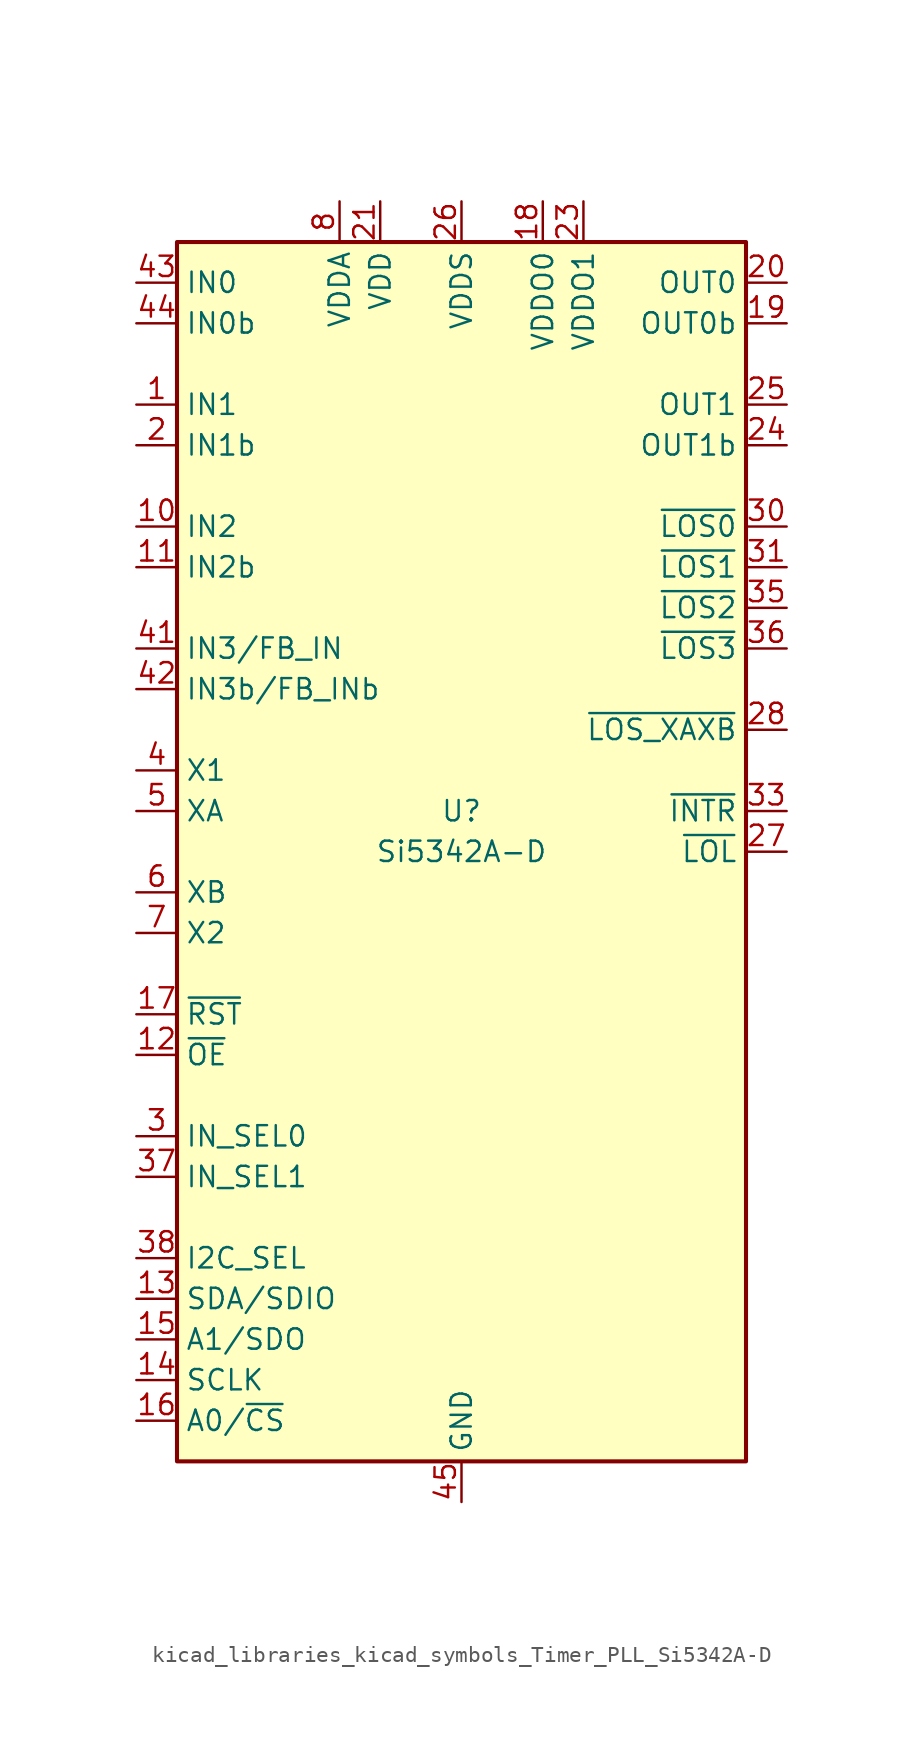
<source format=kicad_sym>
(kicad_symbol_lib
  (version 20220914)
  (generator kicad_symbol_editor)
  (symbol "kicad_libraries_kicad_symbols_Timer_PLL_Si5342A-D"
    (property "Reference" "U"
      (at 0 2.54 0)
      (effects (font (size 1.27 1.27))))
    (property "Value" "Si5342A-D"
      (at 0 0 0)
      (effects (font (size 1.27 1.27))))
    (symbol "kicad_libraries_kicad_symbols_Timer_PLL_Si5342A-D_0_1"
      (rectangle (start -17.78 38.1) (end 17.78 -38.1) (stroke (width 0.254) (type default)) (fill (type background))))
    (symbol "kicad_libraries_kicad_symbols_Timer_PLL_Si5342A-D_1_1"
      (pin input line (at -20.32 27.94 0) (length 2.54) (name "IN1" (effects (font (size 1.27 1.27)))) (number "1" (effects (font (size 1.27 1.27)))))
      (pin input line (at -20.32 20.32 0) (length 2.54) (name "IN2" (effects (font (size 1.27 1.27)))) (number "10" (effects (font (size 1.27 1.27)))))
      (pin input line (at -20.32 17.78 0) (length 2.54) (name "IN2b" (effects (font (size 1.27 1.27)))) (number "11" (effects (font (size 1.27 1.27)))))
      (pin input line (at -20.32 -12.7 0) (length 2.54) (name "~{OE}" (effects (font (size 1.27 1.27)))) (number "12" (effects (font (size 1.27 1.27)))))
      (pin bidirectional line (at -20.32 -27.94 0) (length 2.54) (name "SDA/SDIO" (effects (font (size 1.27 1.27)))) (number "13" (effects (font (size 1.27 1.27)))))
      (pin input line (at -20.32 -33.02 0) (length 2.54) (name "SCLK" (effects (font (size 1.27 1.27)))) (number "14" (effects (font (size 1.27 1.27)))))
      (pin bidirectional line (at -20.32 -30.48 0) (length 2.54) (name "A1/SDO" (effects (font (size 1.27 1.27)))) (number "15" (effects (font (size 1.27 1.27)))))
      (pin input line (at -20.32 -35.56 0) (length 2.54) (name "A0/~{CS}" (effects (font (size 1.27 1.27)))) (number "16" (effects (font (size 1.27 1.27)))))
      (pin input line (at -20.32 -10.16 0) (length 2.54) (name "~{RST}" (effects (font (size 1.27 1.27)))) (number "17" (effects (font (size 1.27 1.27)))))
      (pin power_in line (at 5.08 40.64 270) (length 2.54) (name "VDDO0" (effects (font (size 1.27 1.27)))) (number "18" (effects (font (size 1.27 1.27)))))
      (pin output line (at 20.32 33.02 180) (length 2.54) (name "OUT0b" (effects (font (size 1.27 1.27)))) (number "19" (effects (font (size 1.27 1.27)))))
      (pin input line (at -20.32 25.4 0) (length 2.54) (name "IN1b" (effects (font (size 1.27 1.27)))) (number "2" (effects (font (size 1.27 1.27)))))
      (pin output line (at 20.32 35.56 180) (length 2.54) (name "OUT0" (effects (font (size 1.27 1.27)))) (number "20" (effects (font (size 1.27 1.27)))))
      (pin power_in line (at -5.08 40.64 270) (length 2.54) (name "VDD" (effects (font (size 1.27 1.27)))) (number "21" (effects (font (size 1.27 1.27)))))
      (pin no_connect line (at 17.78 -35.56 180) (length 2.54) hide (name "NC" (effects (font (size 1.27 1.27)))) (number "22" (effects (font (size 1.27 1.27)))))
      (pin power_in line (at 7.62 40.64 270) (length 2.54) (name "VDDO1" (effects (font (size 1.27 1.27)))) (number "23" (effects (font (size 1.27 1.27)))))
      (pin output line (at 20.32 25.4 180) (length 2.54) (name "OUT1b" (effects (font (size 1.27 1.27)))) (number "24" (effects (font (size 1.27 1.27)))))
      (pin output line (at 20.32 27.94 180) (length 2.54) (name "OUT1" (effects (font (size 1.27 1.27)))) (number "25" (effects (font (size 1.27 1.27)))))
      (pin power_in line (at 0 40.64 270) (length 2.54) (name "VDDS" (effects (font (size 1.27 1.27)))) (number "26" (effects (font (size 1.27 1.27)))))
      (pin output line (at 20.32 0 180) (length 2.54) (name "~{LOL}" (effects (font (size 1.27 1.27)))) (number "27" (effects (font (size 1.27 1.27)))))
      (pin output line (at 20.32 7.62 180) (length 2.54) (name "~{LOS_XAXB}" (effects (font (size 1.27 1.27)))) (number "28" (effects (font (size 1.27 1.27)))))
      (pin passive line (at 0 40.64 270) (length 2.54) hide (name "VDDS" (effects (font (size 1.27 1.27)))) (number "29" (effects (font (size 1.27 1.27)))))
      (pin input line (at -20.32 -17.78 0) (length 2.54) (name "IN_SEL0" (effects (font (size 1.27 1.27)))) (number "3" (effects (font (size 1.27 1.27)))))
      (pin output line (at 20.32 20.32 180) (length 2.54) (name "~{LOS0}" (effects (font (size 1.27 1.27)))) (number "30" (effects (font (size 1.27 1.27)))))
      (pin output line (at 20.32 17.78 180) (length 2.54) (name "~{LOS1}" (effects (font (size 1.27 1.27)))) (number "31" (effects (font (size 1.27 1.27)))))
      (pin passive line (at -5.08 40.64 270) (length 2.54) hide (name "VDD" (effects (font (size 1.27 1.27)))) (number "32" (effects (font (size 1.27 1.27)))))
      (pin output line (at 20.32 2.54 180) (length 2.54) (name "~{INTR}" (effects (font (size 1.27 1.27)))) (number "33" (effects (font (size 1.27 1.27)))))
      (pin passive line (at 0 40.64 270) (length 2.54) hide (name "VDDS" (effects (font (size 1.27 1.27)))) (number "34" (effects (font (size 1.27 1.27)))))
      (pin output line (at 20.32 15.24 180) (length 2.54) (name "~{LOS2}" (effects (font (size 1.27 1.27)))) (number "35" (effects (font (size 1.27 1.27)))))
      (pin output line (at 20.32 12.7 180) (length 2.54) (name "~{LOS3}" (effects (font (size 1.27 1.27)))) (number "36" (effects (font (size 1.27 1.27)))))
      (pin input line (at -20.32 -20.32 0) (length 2.54) (name "IN_SEL1" (effects (font (size 1.27 1.27)))) (number "37" (effects (font (size 1.27 1.27)))))
      (pin input line (at -20.32 -25.4 0) (length 2.54) (name "I2C_SEL" (effects (font (size 1.27 1.27)))) (number "38" (effects (font (size 1.27 1.27)))))
      (pin passive line (at -5.08 40.64 270) (length 2.54) hide (name "VDD" (effects (font (size 1.27 1.27)))) (number "39" (effects (font (size 1.27 1.27)))))
      (pin input line (at -20.32 5.08 0) (length 2.54) (name "X1" (effects (font (size 1.27 1.27)))) (number "4" (effects (font (size 1.27 1.27)))))
      (pin passive line (at -5.08 40.64 270) (length 2.54) hide (name "VDD" (effects (font (size 1.27 1.27)))) (number "40" (effects (font (size 1.27 1.27)))))
      (pin input line (at -20.32 12.7 0) (length 2.54) (name "IN3/FB_IN" (effects (font (size 1.27 1.27)))) (number "41" (effects (font (size 1.27 1.27)))))
      (pin input line (at -20.32 10.16 0) (length 2.54) (name "IN3b/FB_INb" (effects (font (size 1.27 1.27)))) (number "42" (effects (font (size 1.27 1.27)))))
      (pin input line (at -20.32 35.56 0) (length 2.54) (name "IN0" (effects (font (size 1.27 1.27)))) (number "43" (effects (font (size 1.27 1.27)))))
      (pin input line (at -20.32 33.02 0) (length 2.54) (name "IN0b" (effects (font (size 1.27 1.27)))) (number "44" (effects (font (size 1.27 1.27)))))
      (pin power_in line (at 0 -40.64 90) (length 2.54) (name "GND" (effects (font (size 1.27 1.27)))) (number "45" (effects (font (size 1.27 1.27)))))
      (pin input line (at -20.32 2.54 0) (length 2.54) (name "XA" (effects (font (size 1.27 1.27)))) (number "5" (effects (font (size 1.27 1.27)))))
      (pin input line (at -20.32 -2.54 0) (length 2.54) (name "XB" (effects (font (size 1.27 1.27)))) (number "6" (effects (font (size 1.27 1.27)))))
      (pin input line (at -20.32 -5.08 0) (length 2.54) (name "X2" (effects (font (size 1.27 1.27)))) (number "7" (effects (font (size 1.27 1.27)))))
      (pin power_in line (at -7.62 40.64 270) (length 2.54) (name "VDDA" (effects (font (size 1.27 1.27)))) (number "8" (effects (font (size 1.27 1.27)))))
      (pin passive line (at -7.62 40.64 270) (length 2.54) hide (name "VDDA" (effects (font (size 1.27 1.27)))) (number "9" (effects (font (size 1.27 1.27))))))))
</source>
